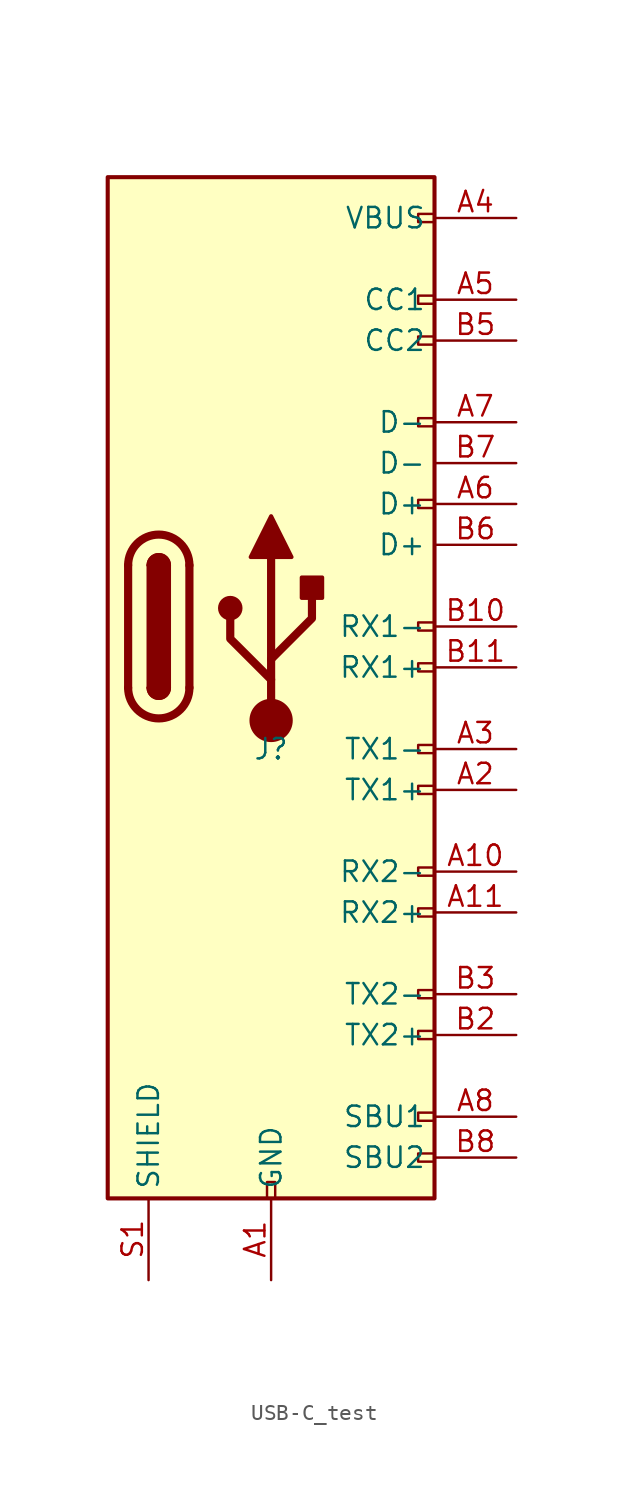
<source format=kicad_sym>
(kicad_symbol_lib
  (version 20220914)
  (generator kicad_symbol_editor)
  (symbol "USB-C_test"
    (property "Reference" "J"
      (at 0 0 0)
      (effects (font (size 1.27 1.27))))
    (property "Value" ""
      (at 0 0 0)
      (effects (font (size 1.27 1.27))))
    (symbol "USB-C_test_0_0"
      (rectangle (start -0.254 -27.94) (end 0.254 -26.924) (stroke (width 0) (type default)) (fill (type none)))
      (rectangle (start 10.16 -25.146) (end 9.144 -25.654) (stroke (width 0) (type default)) (fill (type none)))
      (rectangle (start 10.16 -22.606) (end 9.144 -23.114) (stroke (width 0) (type default)) (fill (type none)))
      (rectangle (start 10.16 -17.526) (end 9.144 -18.034) (stroke (width 0) (type default)) (fill (type none)))
      (rectangle (start 10.16 -14.986) (end 9.144 -15.494) (stroke (width 0) (type default)) (fill (type none)))
      (rectangle (start 10.16 -9.906) (end 9.144 -10.414) (stroke (width 0) (type default)) (fill (type none)))
      (rectangle (start 10.16 -7.366) (end 9.144 -7.874) (stroke (width 0) (type default)) (fill (type none)))
      (rectangle (start 10.16 -2.286) (end 9.144 -2.794) (stroke (width 0) (type default)) (fill (type none)))
      (rectangle (start 10.16 0.254) (end 9.144 -0.254) (stroke (width 0) (type default)) (fill (type none)))
      (rectangle (start 10.16 5.334) (end 9.144 4.826) (stroke (width 0) (type default)) (fill (type none)))
      (rectangle (start 10.16 7.874) (end 9.144 7.366) (stroke (width 0) (type default)) (fill (type none)))
      (rectangle (start 10.16 15.494) (end 9.144 14.986) (stroke (width 0) (type default)) (fill (type none)))
      (rectangle (start 10.16 20.574) (end 9.144 20.066) (stroke (width 0) (type default)) (fill (type none)))
      (rectangle (start 10.16 25.654) (end 9.144 25.146) (stroke (width 0) (type default)) (fill (type none)))
      (rectangle (start 10.16 28.194) (end 9.144 27.686) (stroke (width 0) (type default)) (fill (type none)))
      (rectangle (start 10.16 33.274) (end 9.144 32.766) (stroke (width 0) (type default)) (fill (type none))))
    (symbol "USB-C_test_0_1"
      (rectangle (start -10.16 35.56) (end 10.16 -27.94) (stroke (width 0.254) (type default)) (fill (type background)))
      (arc (start -8.89 3.81) (mid -6.985 1.9133) (end -5.08 3.81) (stroke (width 0.508) (type default)) (fill (type none)))
      (arc (start -7.62 3.81) (mid -6.985 3.1777) (end -6.35 3.81) (stroke (width 0.254) (type default)) (fill (type none)))
      (arc (start -7.62 3.81) (mid -6.985 3.1777) (end -6.35 3.81) (stroke (width 0.254) (type default)) (fill (type outline)))
      (rectangle (start -7.62 3.81) (end -6.35 11.43) (stroke (width 0.254) (type default)) (fill (type outline)))
      (arc (start -6.35 11.43) (mid -6.985 12.0623) (end -7.62 11.43) (stroke (width 0.254) (type default)) (fill (type none)))
      (arc (start -6.35 11.43) (mid -6.985 12.0623) (end -7.62 11.43) (stroke (width 0.254) (type default)) (fill (type outline)))
      (arc (start -5.08 11.43) (mid -6.985 13.3267) (end -8.89 11.43) (stroke (width 0.508) (type default)) (fill (type none)))
      (polyline (pts (xy -8.89 3.81) (xy -8.89 11.43)) (stroke (width 0.508) (type default)) (fill (type none)))
      (polyline (pts (xy -5.08 11.43) (xy -5.08 3.81)) (stroke (width 0.508) (type default)) (fill (type none))))
    (symbol "USB-C_test_1_0"
      (pin passive line (at 15.24 12.7 180) (length 5.08) (name "D+" (effects (font (size 1.27 1.27)))) (number "B6" (effects (font (size 1.27 1.27)))))
      (pin passive line (at 15.24 17.78 180) (length 5.08) (name "D-" (effects (font (size 1.27 1.27)))) (number "B7" (effects (font (size 1.27 1.27))))))
    (symbol "USB-C_test_1_1"
      (circle (center -2.54 8.763) (radius 0.635) (stroke (width 0.254) (type default)) (fill (type outline)))
      (polyline (pts (xy 0 1.778) (xy 0 11.938)) (stroke (width 0.508) (type default)) (fill (type none)))
      (polyline (pts (xy 0 4.318) (xy -2.54 6.858) (xy -2.54 8.128)) (stroke (width 0.508) (type default)) (fill (type none)))
      (polyline (pts (xy 0 5.588) (xy 2.54 8.128) (xy 2.54 9.398)) (stroke (width 0.508) (type default)) (fill (type none)))
      (polyline (pts (xy -1.27 11.938) (xy 0 14.478) (xy 1.27 11.938) (xy -1.27 11.938)) (stroke (width 0.254) (type default)) (fill (type outline)))
      (circle (center 0 1.778) (radius 1.27) (stroke (width 0) (type default)) (fill (type outline)))
      (rectangle (start 1.905 9.398) (end 3.175 10.668) (stroke (width 0.254) (type default)) (fill (type outline)))
      (pin passive line (at 0 -33.02 90) (length 5.08) (name "GND" (effects (font (size 1.27 1.27)))) (number "A1" (effects (font (size 1.27 1.27)))))
      (pin bidirectional line (at 15.24 -7.62 180) (length 5.08) (name "RX2-" (effects (font (size 1.27 1.27)))) (number "A10" (effects (font (size 1.27 1.27)))))
      (pin bidirectional line (at 15.24 -10.16 180) (length 5.08) (name "RX2+" (effects (font (size 1.27 1.27)))) (number "A11" (effects (font (size 1.27 1.27)))))
      (pin passive line (at 0 -33.02 90) (length 5.08) hide (name "GND" (effects (font (size 1.27 1.27)))) (number "A12" (effects (font (size 1.27 1.27)))))
      (pin bidirectional line (at 15.24 -2.54 180) (length 5.08) (name "TX1+" (effects (font (size 1.27 1.27)))) (number "A2" (effects (font (size 1.27 1.27)))))
      (pin bidirectional line (at 15.24 0 180) (length 5.08) (name "TX1-" (effects (font (size 1.27 1.27)))) (number "A3" (effects (font (size 1.27 1.27)))))
      (pin passive line (at 15.24 33.02 180) (length 5.08) (name "VBUS" (effects (font (size 1.27 1.27)))) (number "A4" (effects (font (size 1.27 1.27)))))
      (pin bidirectional line (at 15.24 27.94 180) (length 5.08) (name "CC1" (effects (font (size 1.27 1.27)))) (number "A5" (effects (font (size 1.27 1.27)))))
      (pin passive line (at 15.24 15.24 180) (length 5.08) (name "D+" (effects (font (size 1.27 1.27)))) (number "A6" (effects (font (size 1.27 1.27)))))
      (pin passive line (at 15.24 20.32 180) (length 5.08) (name "D-" (effects (font (size 1.27 1.27)))) (number "A7" (effects (font (size 1.27 1.27)))))
      (pin bidirectional line (at 15.24 -22.86 180) (length 5.08) (name "SBU1" (effects (font (size 1.27 1.27)))) (number "A8" (effects (font (size 1.27 1.27)))))
      (pin passive line (at 15.24 33.02 180) (length 5.08) hide (name "VBUS" (effects (font (size 1.27 1.27)))) (number "A9" (effects (font (size 1.27 1.27)))))
      (pin passive line (at 0 -33.02 90) (length 5.08) hide (name "GND" (effects (font (size 1.27 1.27)))) (number "B1" (effects (font (size 1.27 1.27)))))
      (pin bidirectional line (at 15.24 7.62 180) (length 5.08) (name "RX1-" (effects (font (size 1.27 1.27)))) (number "B10" (effects (font (size 1.27 1.27)))))
      (pin bidirectional line (at 15.24 5.08 180) (length 5.08) (name "RX1+" (effects (font (size 1.27 1.27)))) (number "B11" (effects (font (size 1.27 1.27)))))
      (pin passive line (at 0 -33.02 90) (length 5.08) hide (name "GND" (effects (font (size 1.27 1.27)))) (number "B12" (effects (font (size 1.27 1.27)))))
      (pin bidirectional line (at 15.24 -17.78 180) (length 5.08) (name "TX2+" (effects (font (size 1.27 1.27)))) (number "B2" (effects (font (size 1.27 1.27)))))
      (pin bidirectional line (at 15.24 -15.24 180) (length 5.08) (name "TX2-" (effects (font (size 1.27 1.27)))) (number "B3" (effects (font (size 1.27 1.27)))))
      (pin passive line (at 15.24 33.02 180) (length 5.08) hide (name "VBUS" (effects (font (size 1.27 1.27)))) (number "B4" (effects (font (size 1.27 1.27)))))
      (pin bidirectional line (at 15.24 25.4 180) (length 5.08) (name "CC2" (effects (font (size 1.27 1.27)))) (number "B5" (effects (font (size 1.27 1.27)))))
      (pin bidirectional line (at 15.24 -25.4 180) (length 5.08) (name "SBU2" (effects (font (size 1.27 1.27)))) (number "B8" (effects (font (size 1.27 1.27)))))
      (pin passive line (at 15.24 33.02 180) (length 5.08) hide (name "VBUS" (effects (font (size 1.27 1.27)))) (number "B9" (effects (font (size 1.27 1.27)))))
      (pin passive line (at -7.62 -33.02 90) (length 5.08) (name "SHIELD" (effects (font (size 1.27 1.27)))) (number "S1" (effects (font (size 1.27 1.27))))))))
</source>
